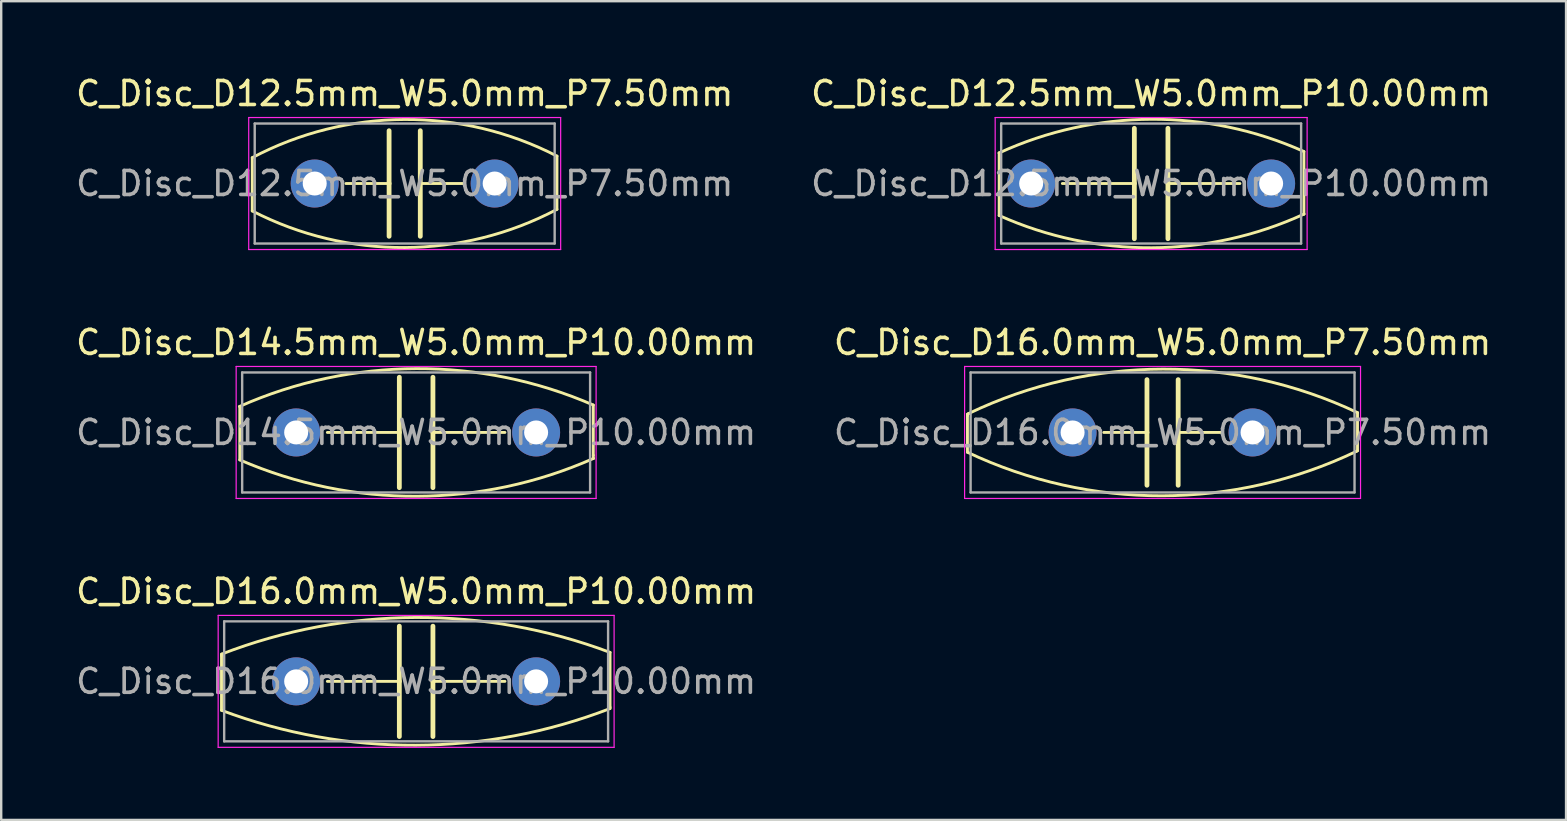
<source format=kicad_pcb>
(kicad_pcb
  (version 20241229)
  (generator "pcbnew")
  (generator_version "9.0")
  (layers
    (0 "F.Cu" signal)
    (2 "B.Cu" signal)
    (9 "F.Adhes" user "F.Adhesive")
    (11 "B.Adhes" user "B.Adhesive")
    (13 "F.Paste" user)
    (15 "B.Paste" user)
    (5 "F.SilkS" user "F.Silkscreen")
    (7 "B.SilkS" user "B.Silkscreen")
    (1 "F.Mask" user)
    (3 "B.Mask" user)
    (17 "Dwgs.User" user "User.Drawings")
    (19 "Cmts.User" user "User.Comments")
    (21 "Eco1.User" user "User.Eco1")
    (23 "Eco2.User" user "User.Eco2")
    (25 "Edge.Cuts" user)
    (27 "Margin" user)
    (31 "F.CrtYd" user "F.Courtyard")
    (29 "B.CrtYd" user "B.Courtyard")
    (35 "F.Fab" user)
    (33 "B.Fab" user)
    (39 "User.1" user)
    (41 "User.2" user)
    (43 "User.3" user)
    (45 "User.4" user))
  (footprint "C_Disc_D12.5mm_W5.0mm_P7.50mm"
    (layer "F.Cu")
    (at 10.065 4.598)
    (property "Reference" "C_Disc_D12.5mm_W5.0mm_P7.50mm" (at 3.75 -3.75 0) (layer "F.SilkS") (effects (font (size 1 1) (thickness 0.15))))
    (fp_line (start -2.603 1.143) (end -2.602 -1.077) (stroke (width 0.12) (type solid)) (layer "F.SilkS"))
    (fp_line (start 1.3 0) (end 3.1 0) (stroke (width 0.12) (type solid)) (layer "F.SilkS"))
    (fp_line (start 3.1 0) (end 3.1 -2.2) (stroke (width 0.2) (type solid)) (layer "F.SilkS"))
    (fp_line (start 3.1 0) (end 3.1 2.2) (stroke (width 0.2) (type solid)) (layer "F.SilkS"))
    (fp_line (start 4.4 0) (end 4.4 -2.2) (stroke (width 0.2) (type solid)) (layer "F.SilkS"))
    (fp_line (start 4.4 0) (end 4.4 2.2) (stroke (width 0.2) (type solid)) (layer "F.SilkS"))
    (fp_line (start 4.4 0) (end 6.2 0) (stroke (width 0.12) (type solid)) (layer "F.SilkS"))
    (fp_line (start 10.097 -1.143) (end 10.095 1.077) (stroke (width 0.12) (type solid)) (layer "F.SilkS"))
    (fp_arc (start -2.602332 -1.077291) (mid 3.739022 -2.668139) (end 10.0965 -1.143) (stroke (width 0.12) (type solid)) (layer "F.SilkS"))
    (fp_arc (start 10.095332 1.077291) (mid 3.753978 2.668139) (end -2.6035 1.143) (stroke (width 0.12) (type solid)) (layer "F.SilkS"))
    (fp_line (start -2.75 -2.75) (end -2.75 2.75) (stroke (width 0.05) (type solid)) (layer "F.CrtYd"))
    (fp_line (start -2.75 2.75) (end 10.25 2.75) (stroke (width 0.05) (type solid)) (layer "F.CrtYd"))
    (fp_line (start 10.25 -2.75) (end -2.75 -2.75) (stroke (width 0.05) (type solid)) (layer "F.CrtYd"))
    (fp_line (start 10.25 2.75) (end 10.25 -2.75) (stroke (width 0.05) (type solid)) (layer "F.CrtYd"))
    (fp_line (start -2.5 -2.5) (end -2.5 2.5) (stroke (width 0.1) (type solid)) (layer "F.Fab"))
    (fp_line (start -2.5 2.5) (end 10 2.5) (stroke (width 0.1) (type solid)) (layer "F.Fab"))
    (fp_line (start 10 -2.5) (end -2.5 -2.5) (stroke (width 0.1) (type solid)) (layer "F.Fab"))
    (fp_line (start 10 2.5) (end 10 -2.5) (stroke (width 0.1) (type solid)) (layer "F.Fab"))
    (fp_text user "${REFERENCE}" (at 3.75 0 0) (layer "F.Fab") (effects (font (size 1 1) (thickness 0.15))))
    (pad "1" thru_hole circle (at 0 0) (size 2 2) (drill 1) (layers "*.Cu" "*.Mask"))
    (pad "2" thru_hole circle (at 7.5 0) (size 2 2) (drill 1) (layers "*.Cu" "*.Mask")))
  (footprint "C_Disc_D14.5mm_W5.0mm_P10.00mm"
    (layer "F.Cu")
    (at 9.292 14.972)
    (property "Reference" "C_Disc_D14.5mm_W5.0mm_P10.00mm" (at 5 -3.75 0) (layer "F.SilkS") (effects (font (size 1 1) (thickness 0.15))))
    (fp_line (start -2.349 -1.079) (end -2.352 -1.086) (stroke (width 0.12) (type solid)) (layer "F.SilkS"))
    (fp_line (start -2.349 1.143) (end -2.349 -1.079) (stroke (width 0.12) (type solid)) (layer "F.SilkS"))
    (fp_line (start 1.3 0) (end 4.3 0) (stroke (width 0.12) (type solid)) (layer "F.SilkS"))
    (fp_line (start 4.3 0) (end 4.3 -2.3) (stroke (width 0.2) (type solid)) (layer "F.SilkS"))
    (fp_line (start 4.3 0) (end 4.3 2.3) (stroke (width 0.2) (type solid)) (layer "F.SilkS"))
    (fp_line (start 5.7 0) (end 5.7 -2.3) (stroke (width 0.2) (type solid)) (layer "F.SilkS"))
    (fp_line (start 5.7 0) (end 5.7 2.3) (stroke (width 0.2) (type solid)) (layer "F.SilkS"))
    (fp_line (start 5.7 0) (end 8.7 0) (stroke (width 0.12) (type solid)) (layer "F.SilkS"))
    (fp_line (start 12.383 -1.143) (end 12.383 0.953) (stroke (width 0.12) (type solid)) (layer "F.SilkS"))
    (fp_line (start 12.383 0.953) (end 12.383 1.079) (stroke (width 0.12) (type solid)) (layer "F.SilkS"))
    (fp_line (start 12.383 1.079) (end 12.385 1.086) (stroke (width 0.12) (type solid)) (layer "F.SilkS"))
    (fp_arc (start -2.352395 -1.086032) (mid 5.009081 -2.659061) (end 12.3825 -1.143) (stroke (width 0.12) (type solid)) (layer "F.SilkS"))
    (fp_arc (start 12.385395 1.086032) (mid 5.023919 2.659061) (end -2.3495 1.143) (stroke (width 0.12) (type solid)) (layer "F.SilkS"))
    (fp_line (start -2.5 -2.75) (end -2.5 2.75) (stroke (width 0.05) (type solid)) (layer "F.CrtYd"))
    (fp_line (start -2.5 2.75) (end 12.5 2.75) (stroke (width 0.05) (type solid)) (layer "F.CrtYd"))
    (fp_line (start 12.5 -2.75) (end -2.5 -2.75) (stroke (width 0.05) (type solid)) (layer "F.CrtYd"))
    (fp_line (start 12.5 2.75) (end 12.5 -2.75) (stroke (width 0.05) (type solid)) (layer "F.CrtYd"))
    (fp_line (start -2.25 -2.5) (end -2.25 2.5) (stroke (width 0.1) (type solid)) (layer "F.Fab"))
    (fp_line (start -2.25 2.5) (end 12.25 2.5) (stroke (width 0.1) (type solid)) (layer "F.Fab"))
    (fp_line (start 12.25 -2.5) (end -2.25 -2.5) (stroke (width 0.1) (type solid)) (layer "F.Fab"))
    (fp_line (start 12.25 2.5) (end 12.25 -2.5) (stroke (width 0.1) (type solid)) (layer "F.Fab"))
    (fp_text user "${REFERENCE}" (at 5 0 0) (layer "F.Fab") (effects (font (size 1 1) (thickness 0.15))))
    (pad "1" thru_hole circle (at 0 0) (size 2 2) (drill 1) (layers "*.Cu" "*.Mask"))
    (pad "2" thru_hole circle (at 10 0) (size 2 2) (drill 1) (layers "*.Cu" "*.Mask")))
  (footprint "C_Disc_D16.0mm_W5.0mm_P7.50mm"
    (layer "F.Cu")
    (at 41.649 14.972)
    (property "Reference" "C_Disc_D16.0mm_W5.0mm_P7.50mm" (at 3.75 -3.75 0) (layer "F.SilkS") (effects (font (size 1 1) (thickness 0.15))))
    (fp_line (start -4.381 -0.762) (end -4.331 -0.789) (stroke (width 0.12) (type solid)) (layer "F.SilkS"))
    (fp_line (start -4.381 -0.699) (end -4.381 -0.762) (stroke (width 0.12) (type solid)) (layer "F.SilkS"))
    (fp_line (start -4.381 0.826) (end -4.381 -0.699) (stroke (width 0.12) (type solid)) (layer "F.SilkS"))
    (fp_line (start 1.3 0) (end 3.1 0) (stroke (width 0.12) (type solid)) (layer "F.SilkS"))
    (fp_line (start 3.1 0) (end 3.1 -2.2) (stroke (width 0.2) (type solid)) (layer "F.SilkS"))
    (fp_line (start 3.1 0) (end 3.1 2.2) (stroke (width 0.2) (type solid)) (layer "F.SilkS"))
    (fp_line (start 4.4 0) (end 4.4 -2.2) (stroke (width 0.2) (type solid)) (layer "F.SilkS"))
    (fp_line (start 4.4 0) (end 4.4 2.2) (stroke (width 0.2) (type solid)) (layer "F.SilkS"))
    (fp_line (start 4.4 0) (end 6.2 0) (stroke (width 0.12) (type solid)) (layer "F.SilkS"))
    (fp_line (start 11.874 -0.826) (end 11.874 0.762) (stroke (width 0.12) (type solid)) (layer "F.SilkS"))
    (fp_line (start 11.874 0.762) (end 11.824 0.789) (stroke (width 0.12) (type solid)) (layer "F.SilkS"))
    (fp_arc (start -4.330969 -0.789052) (mid 3.767644 -2.639565) (end 11.8745 -0.8255) (stroke (width 0.12) (type solid)) (layer "F.SilkS"))
    (fp_arc (start 11.823969 0.789052) (mid 3.725356 2.639565) (end -4.3815 0.8255) (stroke (width 0.12) (type solid)) (layer "F.SilkS"))
    (fp_line (start -4.5 -2.75) (end -4.5 2.75) (stroke (width 0.05) (type solid)) (layer "F.CrtYd"))
    (fp_line (start -4.5 2.75) (end 12 2.75) (stroke (width 0.05) (type solid)) (layer "F.CrtYd"))
    (fp_line (start 12 -2.75) (end -4.5 -2.75) (stroke (width 0.05) (type solid)) (layer "F.CrtYd"))
    (fp_line (start 12 2.75) (end 12 -2.75) (stroke (width 0.05) (type solid)) (layer "F.CrtYd"))
    (fp_line (start -4.25 -2.5) (end -4.25 2.5) (stroke (width 0.1) (type solid)) (layer "F.Fab"))
    (fp_line (start -4.25 2.5) (end 11.75 2.5) (stroke (width 0.1) (type solid)) (layer "F.Fab"))
    (fp_line (start 11.75 -2.5) (end -4.25 -2.5) (stroke (width 0.1) (type solid)) (layer "F.Fab"))
    (fp_line (start 11.75 2.5) (end 11.75 -2.5) (stroke (width 0.1) (type solid)) (layer "F.Fab"))
    (fp_text user "${REFERENCE}" (at 3.75 0 0) (layer "F.Fab") (effects (font (size 1 1) (thickness 0.15))))
    (pad "1" thru_hole circle (at 0 0) (size 2 2) (drill 1) (layers "*.Cu" "*.Mask"))
    (pad "2" thru_hole circle (at 7.5 0) (size 2 2) (drill 1) (layers "*.Cu" "*.Mask")))
  (footprint "C_Disc_D12.5mm_W5.0mm_P10.00mm"
    (layer "F.Cu")
    (at 39.923 4.598)
    (property "Reference" "C_Disc_D12.5mm_W5.0mm_P10.00mm" (at 5 -3.75 0) (layer "F.SilkS") (effects (font (size 1 1) (thickness 0.15))))
    (fp_line (start -1.333 -1.27) (end -1.336 -1.275) (stroke (width 0.12) (type solid)) (layer "F.SilkS"))
    (fp_line (start -1.333 1.333) (end -1.333 -1.27) (stroke (width 0.12) (type solid)) (layer "F.SilkS"))
    (fp_line (start 1.3 0) (end 4.3 0) (stroke (width 0.12) (type solid)) (layer "F.SilkS"))
    (fp_line (start 4.3 0) (end 4.3 -2.3) (stroke (width 0.2) (type solid)) (layer "F.SilkS"))
    (fp_line (start 4.3 0) (end 4.3 2.3) (stroke (width 0.2) (type solid)) (layer "F.SilkS"))
    (fp_line (start 5.7 0) (end 5.7 -2.3) (stroke (width 0.2) (type solid)) (layer "F.SilkS"))
    (fp_line (start 5.7 0) (end 5.7 2.3) (stroke (width 0.2) (type solid)) (layer "F.SilkS"))
    (fp_line (start 5.7 0) (end 8.7 0) (stroke (width 0.12) (type solid)) (layer "F.SilkS"))
    (fp_line (start 11.367 -1.333) (end 11.367 1.27) (stroke (width 0.12) (type solid)) (layer "F.SilkS"))
    (fp_line (start 11.367 1.27) (end 11.369 1.275) (stroke (width 0.12) (type solid)) (layer "F.SilkS"))
    (fp_arc (start -1.335743 -1.274885) (mid 5.009043 -2.677066) (end 11.3665 -1.3335) (stroke (width 0.12) (type solid)) (layer "F.SilkS"))
    (fp_arc (start 11.368743 1.274885) (mid 5.023957 2.677066) (end -1.3335 1.3335) (stroke (width 0.12) (type solid)) (layer "F.SilkS"))
    (fp_line (start -1.5 -2.75) (end -1.5 2.75) (stroke (width 0.05) (type solid)) (layer "F.CrtYd"))
    (fp_line (start -1.5 2.75) (end 11.5 2.75) (stroke (width 0.05) (type solid)) (layer "F.CrtYd"))
    (fp_line (start 11.5 -2.75) (end -1.5 -2.75) (stroke (width 0.05) (type solid)) (layer "F.CrtYd"))
    (fp_line (start 11.5 2.75) (end 11.5 -2.75) (stroke (width 0.05) (type solid)) (layer "F.CrtYd"))
    (fp_line (start -1.25 -2.5) (end -1.25 2.5) (stroke (width 0.1) (type solid)) (layer "F.Fab"))
    (fp_line (start -1.25 2.5) (end 11.25 2.5) (stroke (width 0.1) (type solid)) (layer "F.Fab"))
    (fp_line (start 11.25 -2.5) (end -1.25 -2.5) (stroke (width 0.1) (type solid)) (layer "F.Fab"))
    (fp_line (start 11.25 2.5) (end 11.25 -2.5) (stroke (width 0.1) (type solid)) (layer "F.Fab"))
    (fp_text user "${REFERENCE}" (at 5 0 0) (layer "F.Fab") (effects (font (size 1 1) (thickness 0.15))))
    (pad "1" thru_hole circle (at 0 0) (size 2 2) (drill 1) (layers "*.Cu" "*.Mask"))
    (pad "2" thru_hole circle (at 10 0) (size 2 2) (drill 1) (layers "*.Cu" "*.Mask")))
  (footprint "C_Disc_D16.0mm_W5.0mm_P10.00mm"
    (layer "F.Cu")
    (at 9.292 25.345)
    (property "Reference" "C_Disc_D16.0mm_W5.0mm_P10.00mm" (at 5 -3.75 0) (layer "F.SilkS") (effects (font (size 1 1) (thickness 0.15))))
    (fp_line (start -3.111 -1.079) (end -3.108 -1.135) (stroke (width 0.12) (type solid)) (layer "F.SilkS"))
    (fp_line (start -3.111 1.206) (end -3.111 -1.079) (stroke (width 0.12) (type solid)) (layer "F.SilkS"))
    (fp_line (start 1.3 0) (end 4.3 0) (stroke (width 0.12) (type solid)) (layer "F.SilkS"))
    (fp_line (start 4.3 0) (end 4.3 -2.3) (stroke (width 0.2) (type solid)) (layer "F.SilkS"))
    (fp_line (start 4.3 0) (end 4.3 2.3) (stroke (width 0.2) (type solid)) (layer "F.SilkS"))
    (fp_line (start 5.7 0) (end 5.7 -2.3) (stroke (width 0.2) (type solid)) (layer "F.SilkS"))
    (fp_line (start 5.7 0) (end 5.7 2.3) (stroke (width 0.2) (type solid)) (layer "F.SilkS"))
    (fp_line (start 5.7 0) (end 8.7 0) (stroke (width 0.12) (type solid)) (layer "F.SilkS"))
    (fp_line (start 13.081 -1.206) (end 13.081 1.079) (stroke (width 0.12) (type solid)) (layer "F.SilkS"))
    (fp_line (start 13.081 1.079) (end 13.078 1.135) (stroke (width 0.12) (type solid)) (layer "F.SilkS"))
    (fp_arc (start -3.108432 -1.135057) (mid 4.979707 -2.661191) (end 13.081 -1.2065) (stroke (width 0.12) (type solid)) (layer "F.SilkS"))
    (fp_arc (start 13.077932 1.135057) (mid 4.989793 2.661191) (end -3.1115 1.2065) (stroke (width 0.12) (type solid)) (layer "F.SilkS"))
    (fp_line (start -3.25 -2.75) (end -3.25 2.75) (stroke (width 0.05) (type solid)) (layer "F.CrtYd"))
    (fp_line (start -3.25 2.75) (end 13.25 2.75) (stroke (width 0.05) (type solid)) (layer "F.CrtYd"))
    (fp_line (start 13.25 -2.75) (end -3.25 -2.75) (stroke (width 0.05) (type solid)) (layer "F.CrtYd"))
    (fp_line (start 13.25 2.75) (end 13.25 -2.75) (stroke (width 0.05) (type solid)) (layer "F.CrtYd"))
    (fp_line (start -3 -2.5) (end -3 2.5) (stroke (width 0.1) (type solid)) (layer "F.Fab"))
    (fp_line (start -3 2.5) (end 13 2.5) (stroke (width 0.1) (type solid)) (layer "F.Fab"))
    (fp_line (start 13 -2.5) (end -3 -2.5) (stroke (width 0.1) (type solid)) (layer "F.Fab"))
    (fp_line (start 13 2.5) (end 13 -2.5) (stroke (width 0.1) (type solid)) (layer "F.Fab"))
    (fp_text user "${REFERENCE}" (at 5 0 0) (layer "F.Fab") (effects (font (size 1 1) (thickness 0.15))))
    (pad "1" thru_hole circle (at 0 0) (size 2 2) (drill 1) (layers "*.Cu" "*.Mask"))
    (pad "2" thru_hole circle (at 10 0) (size 2 2) (drill 1) (layers "*.Cu" "*.Mask")))
  (gr_rect
    (start -3 -3)
    (end 62.214 31.12)
    (stroke (width 0.1) (type default))
    (fill no)
    (layer "Edge.Cuts")))
</source>
